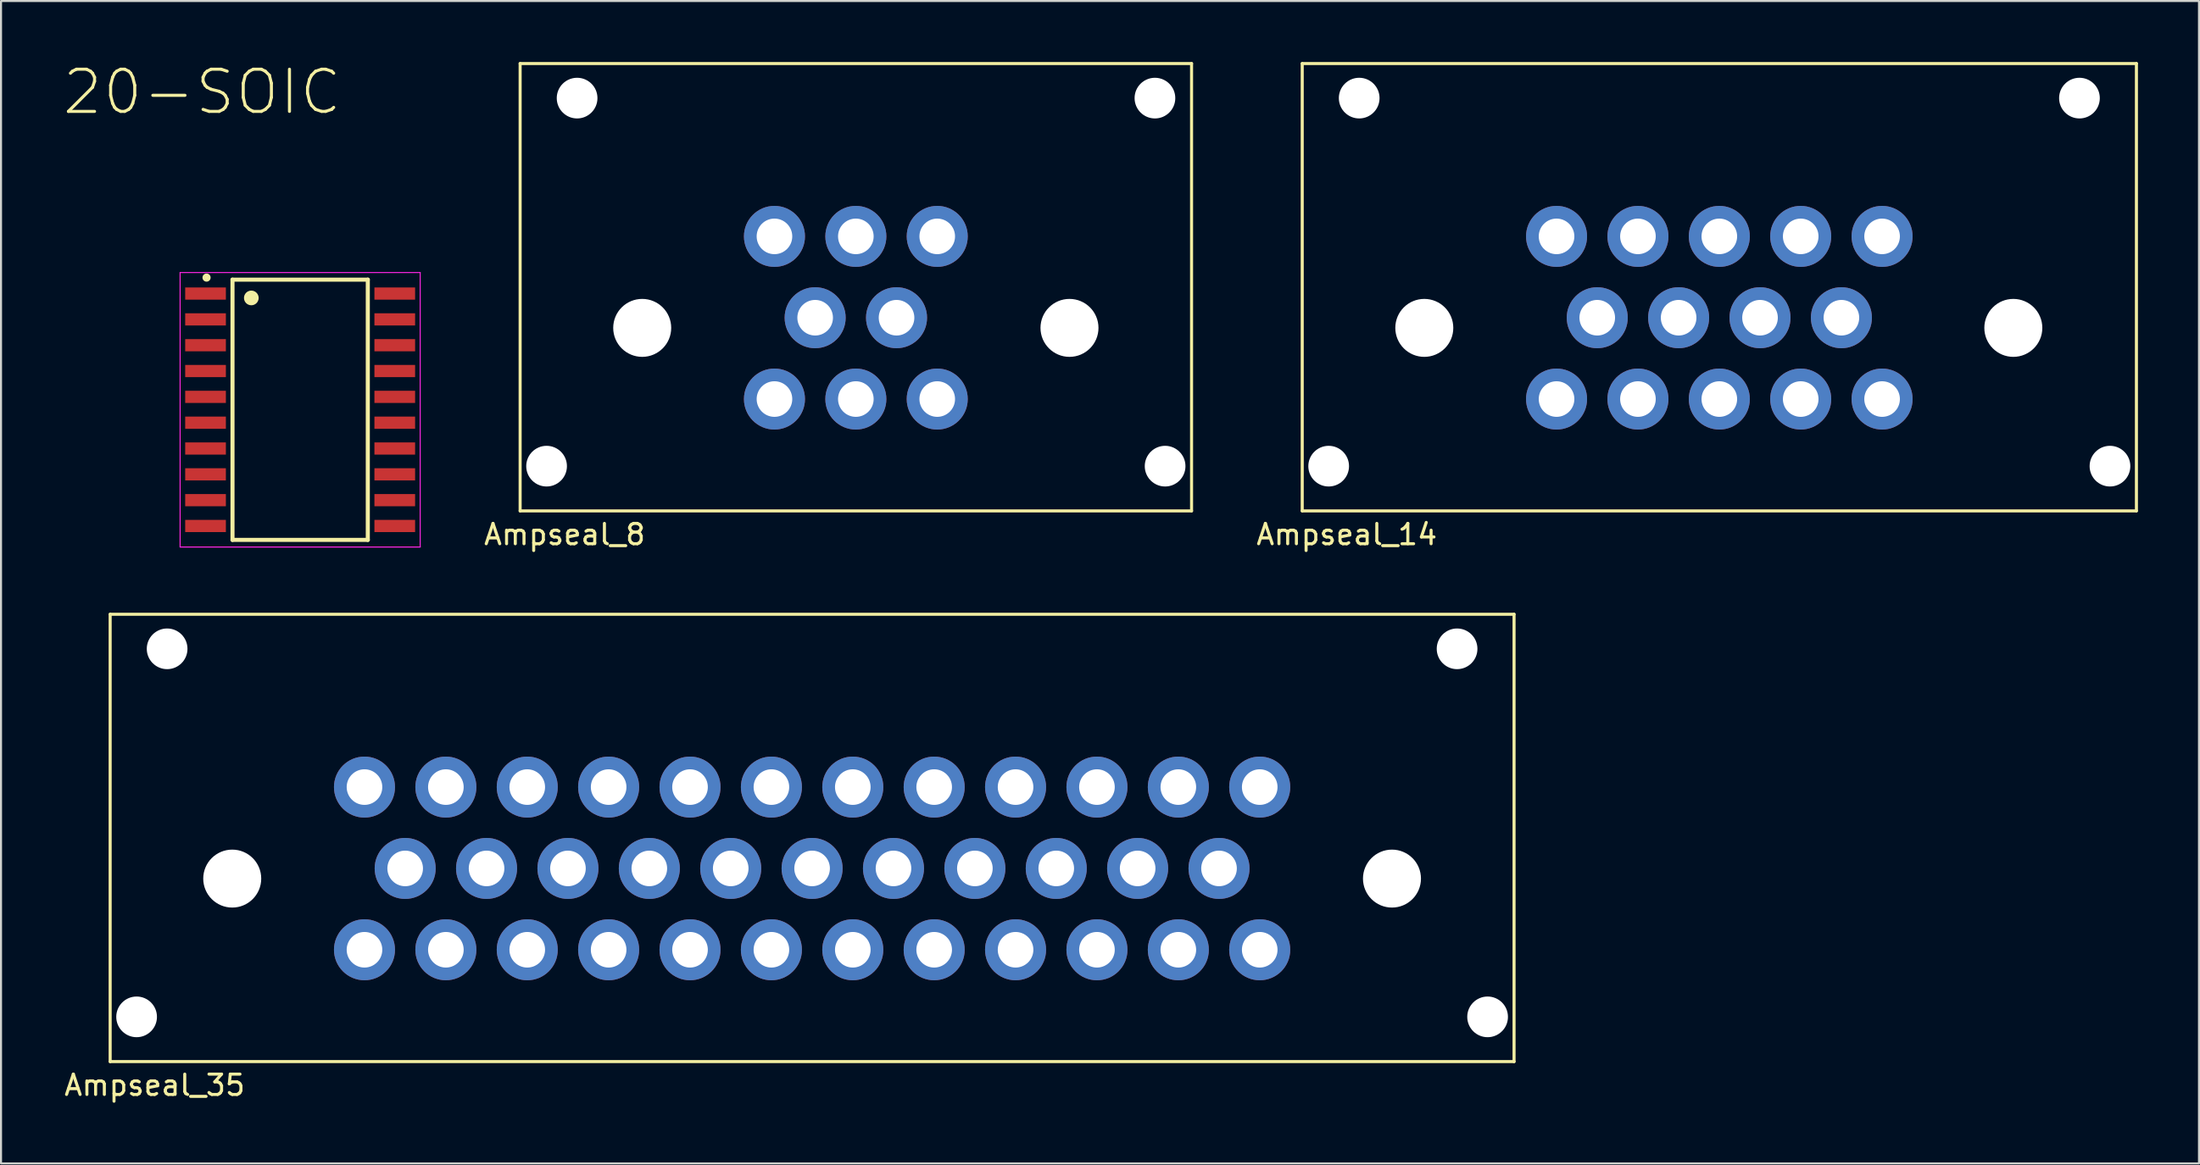
<source format=kicad_pcb>
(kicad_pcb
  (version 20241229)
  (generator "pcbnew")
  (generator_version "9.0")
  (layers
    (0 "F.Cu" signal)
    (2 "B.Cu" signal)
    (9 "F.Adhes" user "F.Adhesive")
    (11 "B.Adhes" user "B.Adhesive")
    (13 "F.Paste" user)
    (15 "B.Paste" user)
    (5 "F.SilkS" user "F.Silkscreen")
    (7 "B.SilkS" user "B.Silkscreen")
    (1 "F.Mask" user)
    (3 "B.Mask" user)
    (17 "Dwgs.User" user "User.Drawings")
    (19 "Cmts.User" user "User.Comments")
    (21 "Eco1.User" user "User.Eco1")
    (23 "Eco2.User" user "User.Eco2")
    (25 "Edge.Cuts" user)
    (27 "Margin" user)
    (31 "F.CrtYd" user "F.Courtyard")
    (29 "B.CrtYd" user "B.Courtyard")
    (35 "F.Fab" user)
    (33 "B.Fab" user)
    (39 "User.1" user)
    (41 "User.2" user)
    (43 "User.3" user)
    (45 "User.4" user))
  (footprint "Ampseal_14"
    (layer "F.Cu")
    (at 66.953 13.075)
    (property "Reference" "Ampseal_14" (at -3.81 10.16 0) (layer "F.SilkS") (effects (font (size 1 1) (thickness 0.15))))
    (attr through_hole)
    (fp_line (start -6 -13) (end 35 -13) (stroke (width 0.15) (type solid)) (layer "F.SilkS"))
    (fp_line (start -6 9) (end -6 -13) (stroke (width 0.15) (type solid)) (layer "F.SilkS"))
    (fp_line (start 35 -13) (end 35 9) (stroke (width 0.15) (type solid)) (layer "F.SilkS"))
    (fp_line (start 35 9) (end -6 9) (stroke (width 0.15) (type solid)) (layer "F.SilkS"))
    (pad "" np_thru_hole circle (at -4.7 6.8) (size 2 2) (drill 2) (layers "*.Cu" "*.Mask"))
    (pad "" np_thru_hole circle (at -3.2 -11.3) (size 2 2) (drill 2) (layers "*.Cu" "*.Mask"))
    (pad "" np_thru_hole circle (at 0 0) (size 2.85 2.85) (drill 2.85) (layers "*.Cu" "*.Mask"))
    (pad "" np_thru_hole circle (at 28.95 0) (size 2.85 2.85) (drill 2.85) (layers "*.Cu" "*.Mask"))
    (pad "" np_thru_hole circle (at 32.2 -11.3) (size 2 2) (drill 2) (layers "*.Cu" "*.Mask"))
    (pad "" np_thru_hole circle (at 33.7 6.8) (size 2 2) (drill 2) (layers "*.Cu" "*.Mask"))
    (pad "1" thru_hole circle (at 6.5 -4.5) (size 3 3) (drill 1.75) (layers "*.Cu" "*.Mask"))
    (pad "2" thru_hole circle (at 10.5 -4.5) (size 3 3) (drill 1.75) (layers "*.Cu" "*.Mask"))
    (pad "3" thru_hole circle (at 14.5 -4.5) (size 3 3) (drill 1.75) (layers "*.Cu" "*.Mask"))
    (pad "4" thru_hole circle (at 18.5 -4.5) (size 3 3) (drill 1.75) (layers "*.Cu" "*.Mask"))
    (pad "5" thru_hole circle (at 22.5 -4.5) (size 3 3) (drill 1.75) (layers "*.Cu" "*.Mask"))
    (pad "6" thru_hole circle (at 8.5 -0.5) (size 3 3) (drill 1.75) (layers "*.Cu" "*.Mask"))
    (pad "7" thru_hole circle (at 12.5 -0.5) (size 3 3) (drill 1.75) (layers "*.Cu" "*.Mask"))
    (pad "8" thru_hole circle (at 16.5 -0.5) (size 3 3) (drill 1.75) (layers "*.Cu" "*.Mask"))
    (pad "9" thru_hole circle (at 20.5 -0.5) (size 3 3) (drill 1.75) (layers "*.Cu" "*.Mask"))
    (pad "10" thru_hole circle (at 6.5 3.5) (size 3 3) (drill 1.75) (layers "*.Cu" "*.Mask"))
    (pad "11" thru_hole circle (at 10.5 3.5) (size 3 3) (drill 1.75) (layers "*.Cu" "*.Mask"))
    (pad "12" thru_hole circle (at 14.5 3.5) (size 3 3) (drill 1.75) (layers "*.Cu" "*.Mask"))
    (pad "13" thru_hole circle (at 18.5 3.5) (size 3 3) (drill 1.75) (layers "*.Cu" "*.Mask"))
    (pad "14" thru_hole circle (at 22.5 3.5) (size 3 3) (drill 1.75) (layers "*.Cu" "*.Mask")))
  (footprint "Ampseal_35"
    (layer "F.Cu")
    (at 36.864 39.658)
    (property "Reference" "Ampseal_35" (at -32.31 10.66 0) (layer "F.SilkS") (effects (font (size 1 1) (thickness 0.15))))
    (attr through_hole)
    (fp_line (start -34.5 -12.5) (end 34.5 -12.5) (stroke (width 0.15) (type solid)) (layer "F.SilkS"))
    (fp_line (start -34.5 9.5) (end -34.5 -12.5) (stroke (width 0.15) (type solid)) (layer "F.SilkS"))
    (fp_line (start 34.5 -12.5) (end 34.5 9.5) (stroke (width 0.15) (type solid)) (layer "F.SilkS"))
    (fp_line (start 34.5 9.5) (end -34.5 9.5) (stroke (width 0.15) (type solid)) (layer "F.SilkS"))
    (pad "" np_thru_hole circle (at -33.2 7.3) (size 2 2) (drill 2) (layers "*.Cu" "*.Mask"))
    (pad "" np_thru_hole circle (at -31.7 -10.8) (size 2 2) (drill 2) (layers "*.Cu" "*.Mask"))
    (pad "" np_thru_hole circle (at -28.5 0.5) (size 2.85 2.85) (drill 2.85) (layers "*.Cu" "*.Mask"))
    (pad "" np_thru_hole circle (at 28.5 0.5) (size 2.85 2.85) (drill 2.85) (layers "*.Cu" "*.Mask"))
    (pad "" np_thru_hole circle (at 31.7 -10.8) (size 2 2) (drill 2) (layers "*.Cu" "*.Mask"))
    (pad "" np_thru_hole circle (at 33.2 7.3) (size 2 2) (drill 2) (layers "*.Cu" "*.Mask"))
    (pad "1" thru_hole circle (at -22 -4) (size 3 3) (drill 1.75) (layers "*.Cu" "*.Mask"))
    (pad "2" thru_hole circle (at -18 -4) (size 3 3) (drill 1.75) (layers "*.Cu" "*.Mask"))
    (pad "3" thru_hole circle (at -14 -4) (size 3 3) (drill 1.75) (layers "*.Cu" "*.Mask"))
    (pad "4" thru_hole circle (at -10 -4) (size 3 3) (drill 1.75) (layers "*.Cu" "*.Mask"))
    (pad "5" thru_hole circle (at -6 -4) (size 3 3) (drill 1.75) (layers "*.Cu" "*.Mask"))
    (pad "6" thru_hole circle (at -2 -4) (size 3 3) (drill 1.75) (layers "*.Cu" "*.Mask"))
    (pad "7" thru_hole circle (at 2 -4) (size 3 3) (drill 1.75) (layers "*.Cu" "*.Mask"))
    (pad "8" thru_hole circle (at 6 -4) (size 3 3) (drill 1.75) (layers "*.Cu" "*.Mask"))
    (pad "9" thru_hole circle (at 10 -4) (size 3 3) (drill 1.75) (layers "*.Cu" "*.Mask"))
    (pad "10" thru_hole circle (at 14 -4) (size 3 3) (drill 1.75) (layers "*.Cu" "*.Mask"))
    (pad "11" thru_hole circle (at 18 -4) (size 3 3) (drill 1.75) (layers "*.Cu" "*.Mask"))
    (pad "12" thru_hole circle (at 22 -4) (size 3 3) (drill 1.75) (layers "*.Cu" "*.Mask"))
    (pad "13" thru_hole circle (at -20 0) (size 3 3) (drill 1.75) (layers "*.Cu" "*.Mask"))
    (pad "14" thru_hole circle (at -16 0) (size 3 3) (drill 1.75) (layers "*.Cu" "*.Mask"))
    (pad "15" thru_hole circle (at -12 0) (size 3 3) (drill 1.75) (layers "*.Cu" "*.Mask"))
    (pad "16" thru_hole circle (at -8 0) (size 3 3) (drill 1.75) (layers "*.Cu" "*.Mask"))
    (pad "17" thru_hole circle (at -4 0) (size 3 3) (drill 1.75) (layers "*.Cu" "*.Mask"))
    (pad "18" thru_hole circle (at 0 0) (size 3 3) (drill 1.75) (layers "*.Cu" "*.Mask"))
    (pad "19" thru_hole circle (at 4 0) (size 3 3) (drill 1.75) (layers "*.Cu" "*.Mask"))
    (pad "20" thru_hole circle (at 8 0) (size 3 3) (drill 1.75) (layers "*.Cu" "*.Mask"))
    (pad "21" thru_hole circle (at 12 0) (size 3 3) (drill 1.75) (layers "*.Cu" "*.Mask"))
    (pad "22" thru_hole circle (at 16 0) (size 3 3) (drill 1.75) (layers "*.Cu" "*.Mask"))
    (pad "23" thru_hole circle (at 20 0) (size 3 3) (drill 1.75) (layers "*.Cu" "*.Mask"))
    (pad "24" thru_hole circle (at -22 4) (size 3 3) (drill 1.75) (layers "*.Cu" "*.Mask"))
    (pad "25" thru_hole circle (at -18 4) (size 3 3) (drill 1.75) (layers "*.Cu" "*.Mask"))
    (pad "26" thru_hole circle (at -14 4) (size 3 3) (drill 1.75) (layers "*.Cu" "*.Mask"))
    (pad "27" thru_hole circle (at -10 4) (size 3 3) (drill 1.75) (layers "*.Cu" "*.Mask"))
    (pad "28" thru_hole circle (at -6 4) (size 3 3) (drill 1.75) (layers "*.Cu" "*.Mask"))
    (pad "29" thru_hole circle (at -2 4) (size 3 3) (drill 1.75) (layers "*.Cu" "*.Mask"))
    (pad "30" thru_hole circle (at 2 4) (size 3 3) (drill 1.75) (layers "*.Cu" "*.Mask"))
    (pad "31" thru_hole circle (at 6 4) (size 3 3) (drill 1.75) (layers "*.Cu" "*.Mask"))
    (pad "32" thru_hole circle (at 10 4) (size 3 3) (drill 1.75) (layers "*.Cu" "*.Mask"))
    (pad "33" thru_hole circle (at 14 4) (size 3 3) (drill 1.75) (layers "*.Cu" "*.Mask"))
    (pad "34" thru_hole circle (at 18 4) (size 3 3) (drill 1.75) (layers "*.Cu" "*.Mask"))
    (pad "35" thru_hole circle (at 22 4) (size 3 3) (drill 1.75) (layers "*.Cu" "*.Mask")))
  (footprint "20-SOIC"
    (layer "F.Cu")
    (at 11.702 17.102)
    (property "Reference" "20-SOIC" (at -4.821 -15.626 0) (layer "F.SilkS") (effects (font (size 2.074 2.074) (thickness 0.15))))
    (attr smd)
    (fp_line (start -3.325 -6.4) (end 3.325 -6.4) (stroke (width 0.2) (type solid)) (layer "F.SilkS"))
    (fp_line (start -3.325 6.4) (end -3.325 -6.4) (stroke (width 0.2) (type solid)) (layer "F.SilkS"))
    (fp_line (start 3.325 -6.4) (end 3.325 6.4) (stroke (width 0.2) (type solid)) (layer "F.SilkS"))
    (fp_line (start 3.325 6.4) (end -3.325 6.4) (stroke (width 0.2) (type solid)) (layer "F.SilkS"))
    (fp_circle (center -4.6 -6.5) (end -4.4 -6.5) (stroke (width 0) (type solid)) (fill yes) (layer "F.SilkS"))
    (fp_circle (center -2.4 -5.5) (end -2.039 -5.5) (stroke (width 0) (type solid)) (fill yes) (layer "F.SilkS"))
    (fp_line (start -5.9 -6.75) (end -5.9 6.75) (stroke (width 0.05) (type solid)) (layer "F.CrtYd"))
    (fp_line (start -5.9 6.75) (end 5.9 6.75) (stroke (width 0.05) (type solid)) (layer "F.CrtYd"))
    (fp_line (start 5.9 -6.75) (end -5.9 -6.75) (stroke (width 0.05) (type solid)) (layer "F.CrtYd"))
    (fp_line (start 5.9 6.75) (end 5.9 -6.75) (stroke (width 0.05) (type solid)) (layer "F.CrtYd"))
    (pad "1" smd rect (at -4.65 -5.715) (size 2 0.6) (layers "F.Cu" "F.Mask" "F.Paste"))
    (pad "2" smd rect (at -4.65 -4.445) (size 2 0.6) (layers "F.Cu" "F.Mask" "F.Paste"))
    (pad "3" smd rect (at -4.65 -3.175) (size 2 0.6) (layers "F.Cu" "F.Mask" "F.Paste"))
    (pad "4" smd rect (at -4.65 -1.905) (size 2 0.6) (layers "F.Cu" "F.Mask" "F.Paste"))
    (pad "5" smd rect (at -4.65 -0.635) (size 2 0.6) (layers "F.Cu" "F.Mask" "F.Paste"))
    (pad "6" smd rect (at -4.65 0.635) (size 2 0.6) (layers "F.Cu" "F.Mask" "F.Paste"))
    (pad "7" smd rect (at -4.65 1.905) (size 2 0.6) (layers "F.Cu" "F.Mask" "F.Paste"))
    (pad "8" smd rect (at -4.65 3.175) (size 2 0.6) (layers "F.Cu" "F.Mask" "F.Paste"))
    (pad "9" smd rect (at -4.65 4.445) (size 2 0.6) (layers "F.Cu" "F.Mask" "F.Paste"))
    (pad "10" smd rect (at -4.65 5.715) (size 2 0.6) (layers "F.Cu" "F.Mask" "F.Paste"))
    (pad "11" smd rect (at 4.65 5.715 180) (size 2 0.6) (layers "F.Cu" "F.Mask" "F.Paste"))
    (pad "12" smd rect (at 4.65 4.445 180) (size 2 0.6) (layers "F.Cu" "F.Mask" "F.Paste"))
    (pad "13" smd rect (at 4.65 3.175 180) (size 2 0.6) (layers "F.Cu" "F.Mask" "F.Paste"))
    (pad "14" smd rect (at 4.65 1.905 180) (size 2 0.6) (layers "F.Cu" "F.Mask" "F.Paste"))
    (pad "15" smd rect (at 4.65 0.635 180) (size 2 0.6) (layers "F.Cu" "F.Mask" "F.Paste"))
    (pad "16" smd rect (at 4.65 -0.635 180) (size 2 0.6) (layers "F.Cu" "F.Mask" "F.Paste"))
    (pad "17" smd rect (at 4.65 -1.905 180) (size 2 0.6) (layers "F.Cu" "F.Mask" "F.Paste"))
    (pad "18" smd rect (at 4.65 -3.175 180) (size 2 0.6) (layers "F.Cu" "F.Mask" "F.Paste"))
    (pad "19" smd rect (at 4.65 -4.445 180) (size 2 0.6) (layers "F.Cu" "F.Mask" "F.Paste"))
    (pad "20" smd rect (at 4.65 -5.715 180) (size 2 0.6) (layers "F.Cu" "F.Mask" "F.Paste")))
  (footprint "Ampseal_8"
    (layer "F.Cu")
    (at 28.514 13.075)
    (property "Reference" "Ampseal_8" (at -3.81 10.16 0) (layer "F.SilkS") (effects (font (size 1 1) (thickness 0.15))))
    (attr through_hole)
    (fp_line (start -6 -13) (end 27 -13) (stroke (width 0.15) (type solid)) (layer "F.SilkS"))
    (fp_line (start -6 9) (end -6 -13) (stroke (width 0.15) (type solid)) (layer "F.SilkS"))
    (fp_line (start 27 -13) (end 27 9) (stroke (width 0.15) (type solid)) (layer "F.SilkS"))
    (fp_line (start 27 9) (end -6 9) (stroke (width 0.15) (type solid)) (layer "F.SilkS"))
    (pad "" np_thru_hole circle (at -4.7 6.8) (size 2 2) (drill 2) (layers "*.Cu" "*.Mask"))
    (pad "" np_thru_hole circle (at -3.2 -11.3) (size 2 2) (drill 2) (layers "*.Cu" "*.Mask"))
    (pad "" np_thru_hole circle (at 0 0) (size 2.85 2.85) (drill 2.85) (layers "*.Cu" "*.Mask"))
    (pad "" np_thru_hole circle (at 21 0) (size 2.85 2.85) (drill 2.85) (layers "*.Cu" "*.Mask"))
    (pad "" np_thru_hole circle (at 25.2 -11.3) (size 2 2) (drill 2) (layers "*.Cu" "*.Mask"))
    (pad "" np_thru_hole circle (at 25.7 6.8) (size 2 2) (drill 2) (layers "*.Cu" "*.Mask"))
    (pad "1" thru_hole circle (at 6.5 -4.5) (size 3 3) (drill 1.75) (layers "*.Cu" "*.Mask"))
    (pad "2" thru_hole circle (at 10.5 -4.5) (size 3 3) (drill 1.75) (layers "*.Cu" "*.Mask"))
    (pad "3" thru_hole circle (at 14.5 -4.5) (size 3 3) (drill 1.75) (layers "*.Cu" "*.Mask"))
    (pad "4" thru_hole circle (at 8.5 -0.5) (size 3 3) (drill 1.75) (layers "*.Cu" "*.Mask"))
    (pad "5" thru_hole circle (at 12.5 -0.5) (size 3 3) (drill 1.75) (layers "*.Cu" "*.Mask"))
    (pad "6" thru_hole circle (at 6.5 3.5) (size 3 3) (drill 1.75) (layers "*.Cu" "*.Mask"))
    (pad "7" thru_hole circle (at 10.5 3.5) (size 3 3) (drill 1.75) (layers "*.Cu" "*.Mask"))
    (pad "8" thru_hole circle (at 14.5 3.5) (size 3 3) (drill 1.75) (layers "*.Cu" "*.Mask")))
  (gr_rect
    (start -3 -3)
    (end 105.028 54.166)
    (stroke (width 0.1) (type default))
    (fill no)
    (layer "Edge.Cuts")))
</source>
